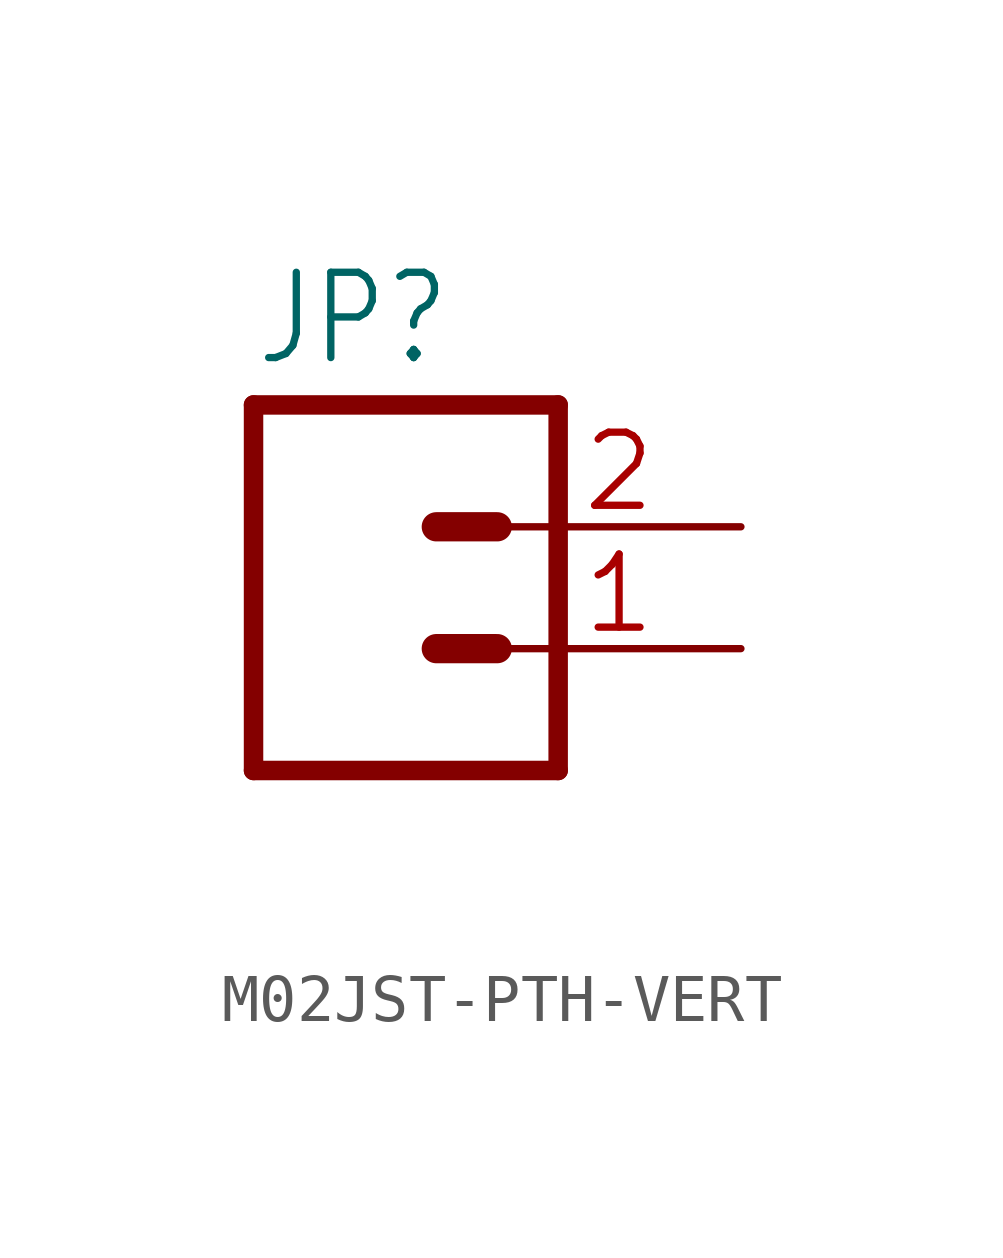
<source format=kicad_sym>
(kicad_symbol_lib
  (version 20241209)
  (generator "kicad_symbol_editor")
  (generator_version "9.0")
  (symbol "M02JST-PTH-VERT"
    (property "Reference" "JP"
      (at -2.54 5.842 0)
      (effects (font (size 1.778 1.511)) (justify left bottom)))
    (property "Value" ""
      (at -2.54 -5.08 0)
      (effects (font (size 1.778 1.511)) (justify left bottom)))
    (property "ki_locked" ""
      (at 0 0 0)
      (effects (font (size 1.27 1.27))))
    (symbol "M02JST-PTH-VERT_1_0"
      (polyline (pts (xy -2.54 5.08) (xy -2.54 -2.54)) (stroke (width 0.406) (type solid)) (fill (type none)))
      (polyline (pts (xy -2.54 5.08) (xy 3.81 5.08)) (stroke (width 0.406) (type solid)) (fill (type none)))
      (polyline (pts (xy 1.27 2.54) (xy 2.54 2.54)) (stroke (width 0.61) (type solid)) (fill (type none)))
      (polyline (pts (xy 1.27 0) (xy 2.54 0)) (stroke (width 0.61) (type solid)) (fill (type none)))
      (polyline (pts (xy 3.81 -2.54) (xy -2.54 -2.54)) (stroke (width 0.406) (type solid)) (fill (type none)))
      (polyline (pts (xy 3.81 -2.54) (xy 3.81 5.08)) (stroke (width 0.406) (type solid)) (fill (type none)))
      (pin passive line (at 7.62 2.54 180) (length 5.08) (name "2" (effects (font (size 0 0)))) (number "2" (effects (font (size 1.524 1.524)))))
      (pin passive line (at 7.62 0 180) (length 5.08) (name "1" (effects (font (size 0 0)))) (number "1" (effects (font (size 1.524 1.524))))))))
</source>
